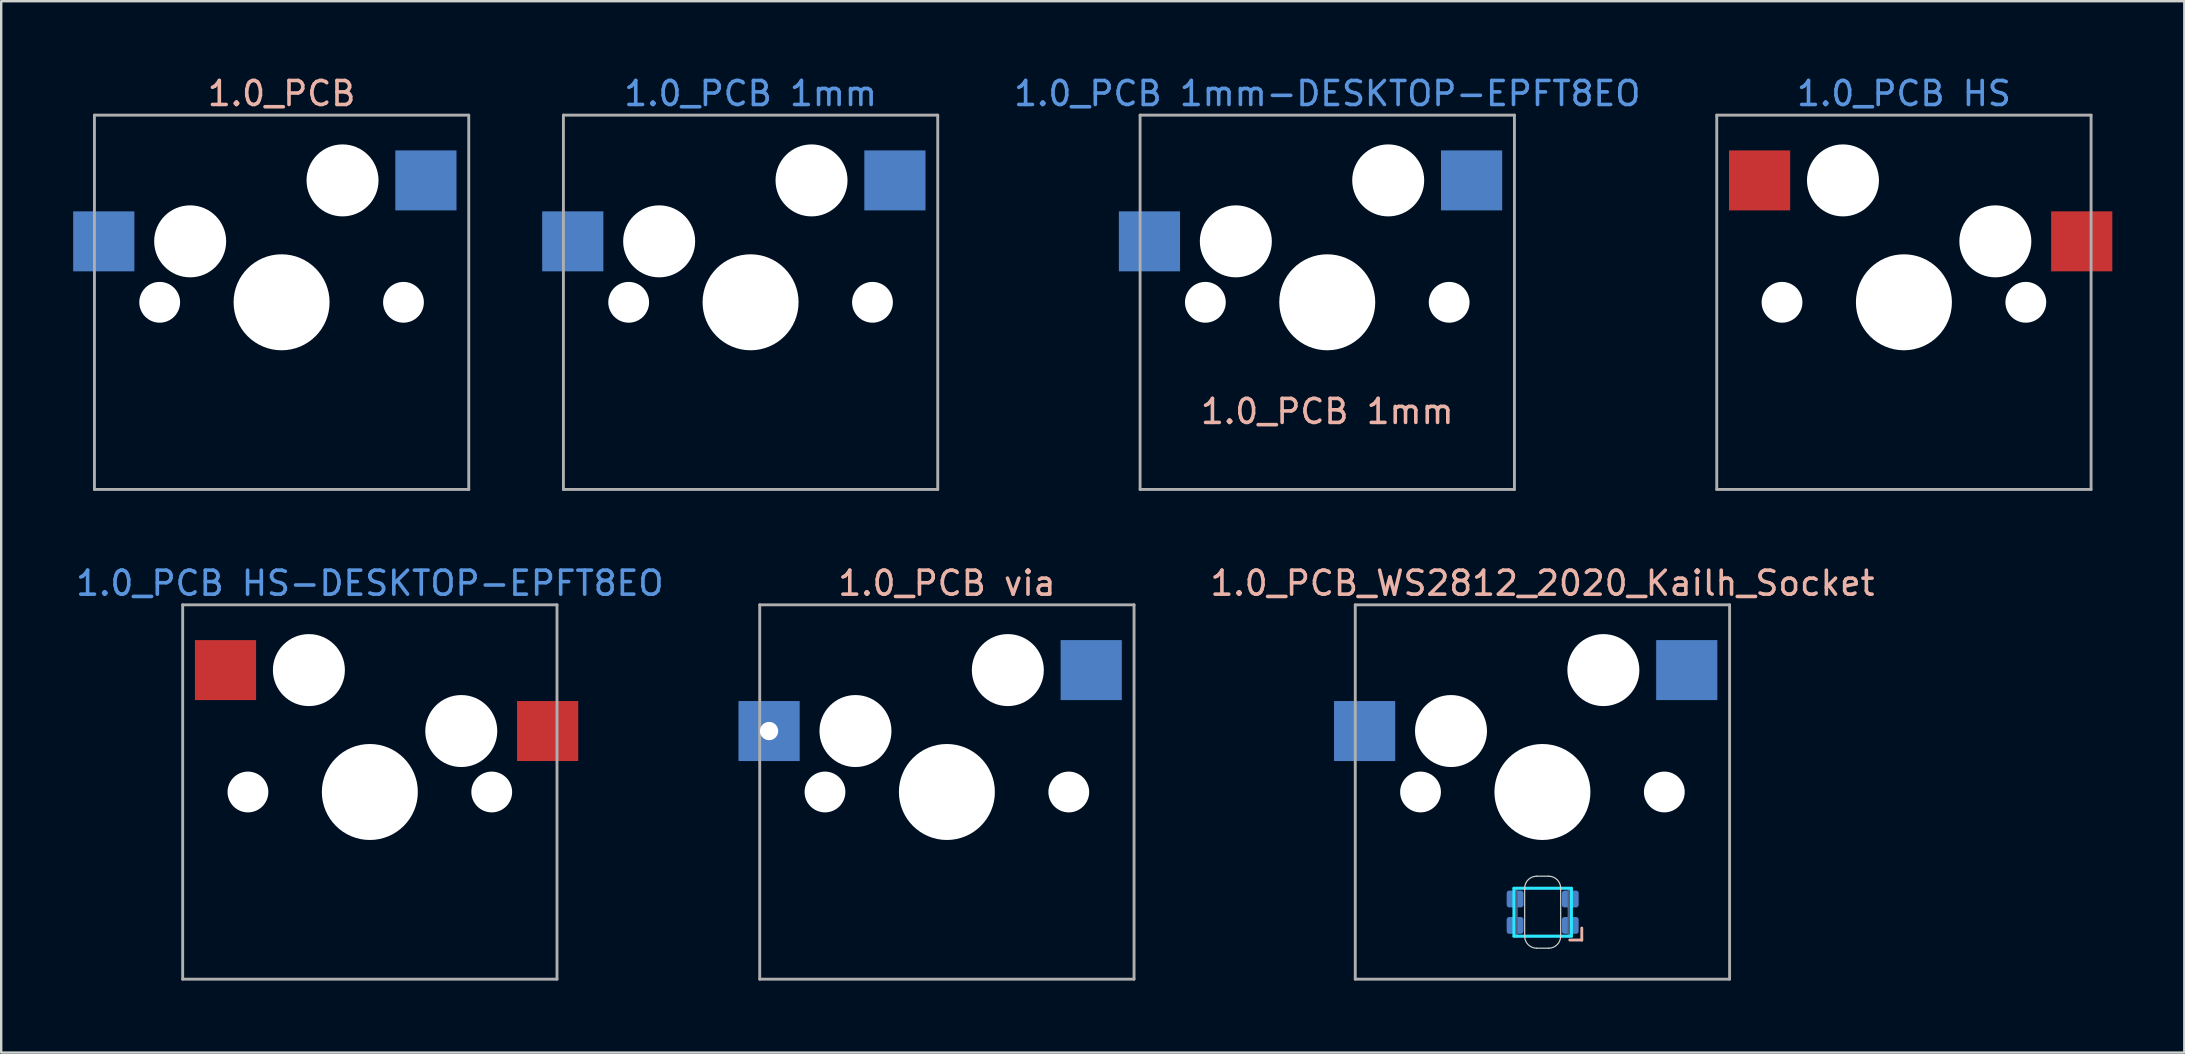
<source format=kicad_pcb>
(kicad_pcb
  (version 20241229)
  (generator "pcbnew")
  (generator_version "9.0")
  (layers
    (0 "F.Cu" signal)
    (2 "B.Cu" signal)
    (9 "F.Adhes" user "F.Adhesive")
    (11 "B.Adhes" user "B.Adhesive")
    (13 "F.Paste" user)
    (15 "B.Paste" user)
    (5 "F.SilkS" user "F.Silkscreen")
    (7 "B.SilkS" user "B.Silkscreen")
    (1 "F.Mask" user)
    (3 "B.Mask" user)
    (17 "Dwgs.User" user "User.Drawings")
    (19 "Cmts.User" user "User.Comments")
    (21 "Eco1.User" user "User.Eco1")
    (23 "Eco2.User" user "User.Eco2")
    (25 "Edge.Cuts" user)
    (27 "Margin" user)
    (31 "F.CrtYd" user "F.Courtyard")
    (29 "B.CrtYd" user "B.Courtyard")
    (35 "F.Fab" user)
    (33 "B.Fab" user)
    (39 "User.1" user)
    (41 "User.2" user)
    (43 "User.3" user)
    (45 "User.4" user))
  (footprint "1.0_PCB 1mm-DESKTOP-EPFT8EO"
    (layer "F.Cu")
    (at 52.263 9.548)
    (property "Reference" "1.0_PCB 1mm-DESKTOP-EPFT8EO" (at 0 -8.7 0) (layer "Cmts.User") (effects (font (size 1 1) (thickness 0.15))))
    (property "Value" "1.0_PCB 1mm" (at 0 9 0) (layer "F.Fab") (hide yes) (effects (font (size 1 1) (thickness 0.15))))
    (attr through_hole)
    (fp_line (start -7.8 -7.8) (end 7.8 -7.8) (stroke (width 0.12) (type solid)) (layer "F.Fab"))
    (fp_line (start -7.8 7.8) (end -7.8 -7.8) (stroke (width 0.12) (type solid)) (layer "F.Fab"))
    (fp_line (start 7.8 7.8) (end -7.8 7.8) (stroke (width 0.12) (type solid)) (layer "F.Fab"))
    (fp_line (start 7.8 7.8) (end 7.8 -7.8) (stroke (width 0.12) (type solid)) (layer "F.Fab"))
    (fp_text user "${VALUE}" (at 0 4.55 0) (unlocked yes) (layer "B.SilkS") (effects (font (size 1 1) (thickness 0.15))))
    (pad "" np_thru_hole circle (at -5.08 0) (size 1.7 1.7) (drill 1.7) (layers "*.Cu" "*.Mask"))
    (pad "" np_thru_hole circle (at -3.81 -2.54) (size 3 3) (drill 3) (layers "*.Cu" "*.Mask"))
    (pad "" np_thru_hole circle (at 0 0) (size 4 4) (drill 4) (layers "*.Cu" "*.Mask"))
    (pad "" np_thru_hole circle (at 2.54 -5.08) (size 3 3) (drill 3) (layers "*.Cu" "*.Mask"))
    (pad "" np_thru_hole circle (at 5.08 0) (size 1.7 1.7) (drill 1.7) (layers "*.Cu" "*.Mask"))
    (pad "1" smd rect (at -7.41 -2.54) (size 2.55 2.5) (layers "B.Cu" "B.Mask" "B.Paste"))
    (pad "2" smd rect (at 6.015 -5.08) (size 2.55 2.5) (layers "B.Cu" "B.Mask" "B.Paste")))
  (footprint "1.0_PCB"
    (layer "F.Cu")
    (at 8.685 9.548)
    (property "Reference" "1.0_PCB" (at 0 -8.7 0) (layer "B.SilkS") (effects (font (size 1 1) (thickness 0.15))))
    (attr through_hole)
    (fp_line (start -7.8 -7.8) (end 7.8 -7.8) (stroke (width 0.12) (type solid)) (layer "F.Fab"))
    (fp_line (start -7.8 7.8) (end -7.8 -7.8) (stroke (width 0.12) (type solid)) (layer "F.Fab"))
    (fp_line (start 7.8 7.8) (end -7.8 7.8) (stroke (width 0.12) (type solid)) (layer "F.Fab"))
    (fp_line (start 7.8 7.8) (end 7.8 -7.8) (stroke (width 0.12) (type solid)) (layer "F.Fab"))
    (pad "" np_thru_hole circle (at -5.08 0) (size 1.7 1.7) (drill 1.7) (layers "*.Cu" "*.Mask"))
    (pad "" np_thru_hole circle (at -3.81 -2.54) (size 3 3) (drill 3) (layers "*.Cu" "*.Mask"))
    (pad "" np_thru_hole circle (at 0 0) (size 4 4) (drill 4) (layers "*.Cu" "*.Mask"))
    (pad "" np_thru_hole circle (at 2.54 -5.08) (size 3 3) (drill 3) (layers "*.Cu" "*.Mask"))
    (pad "" np_thru_hole circle (at 5.08 0) (size 1.7 1.7) (drill 1.7) (layers "*.Cu" "*.Mask"))
    (pad "1" smd rect (at -7.41 -2.54) (size 2.55 2.5) (layers "B.Cu" "B.Mask" "B.Paste"))
    (pad "2" smd rect (at 6.015 -5.08) (size 2.55 2.5) (layers "B.Cu" "B.Mask" "B.Paste")))
  (footprint "1.0_PCB HS-DESKTOP-EPFT8EO"
    (layer "F.Cu")
    (at 12.363 29.956)
    (property "Reference" "1.0_PCB HS-DESKTOP-EPFT8EO" (at 0 -8.7 0) (layer "Cmts.User") (effects (font (size 1 1) (thickness 0.15))))
    (fp_line (start -7.8 -7.8) (end 7.8 -7.8) (stroke (width 0.12) (type solid)) (layer "F.Fab"))
    (fp_line (start -7.8 7.8) (end -7.8 -7.8) (stroke (width 0.12) (type solid)) (layer "F.Fab"))
    (fp_line (start 7.8 7.8) (end -7.8 7.8) (stroke (width 0.12) (type solid)) (layer "F.Fab"))
    (fp_line (start 7.8 7.8) (end 7.8 -7.8) (stroke (width 0.12) (type solid)) (layer "F.Fab"))
    (pad "" np_thru_hole circle (at -5.08 0) (size 1.7 1.7) (drill 1.7) (layers "*.Cu" "*.Mask"))
    (pad "" np_thru_hole circle (at -2.54 -5.08) (size 3 3) (drill 3) (layers "*.Cu" "*.Mask"))
    (pad "" np_thru_hole circle (at 0 0) (size 4 4) (drill 4) (layers "*.Cu" "*.Mask"))
    (pad "" np_thru_hole circle (at 3.81 -2.54) (size 3 3) (drill 3) (layers "*.Cu" "*.Mask"))
    (pad "" np_thru_hole circle (at 5.08 0) (size 1.7 1.7) (drill 1.7) (layers "*.Cu" "*.Mask"))
    (pad "1" smd rect (at 7.41 -2.54) (size 2.55 2.5) (layers "F.Cu" "F.Mask" "F.Paste"))
    (pad "2" smd rect (at -6.015 -5.08) (size 2.55 2.5) (layers "F.Cu" "F.Mask" "F.Paste")))
  (footprint "1.0_PCB 1mm"
    (layer "F.Cu")
    (at 28.23 9.548)
    (property "Reference" "1.0_PCB 1mm" (at 0 -8.7 0) (layer "Cmts.User") (effects (font (size 1 1) (thickness 0.15))))
    (fp_line (start -7.8 -7.8) (end 7.8 -7.8) (stroke (width 0.12) (type solid)) (layer "F.Fab"))
    (fp_line (start -7.8 7.8) (end -7.8 -7.8) (stroke (width 0.12) (type solid)) (layer "F.Fab"))
    (fp_line (start 7.8 7.8) (end -7.8 7.8) (stroke (width 0.12) (type solid)) (layer "F.Fab"))
    (fp_line (start 7.8 7.8) (end 7.8 -7.8) (stroke (width 0.12) (type solid)) (layer "F.Fab"))
    (pad "" np_thru_hole circle (at -5.08 0) (size 1.7 1.7) (drill 1.7) (layers "*.Cu" "*.Mask"))
    (pad "" np_thru_hole circle (at -3.81 -2.54) (size 3 3) (drill 3) (layers "*.Cu" "*.Mask"))
    (pad "" np_thru_hole circle (at 0 0) (size 4 4) (drill 4) (layers "*.Cu" "*.Mask"))
    (pad "" np_thru_hole circle (at 2.54 -5.08) (size 3 3) (drill 3) (layers "*.Cu" "*.Mask"))
    (pad "" np_thru_hole circle (at 5.08 0) (size 1.7 1.7) (drill 1.7) (layers "*.Cu" "*.Mask"))
    (pad "1" smd rect (at -7.41 -2.54) (size 2.55 2.5) (layers "B.Cu" "B.Mask" "B.Paste"))
    (pad "2" smd rect (at 6.015 -5.08) (size 2.55 2.5) (layers "B.Cu" "B.Mask" "B.Paste")))
  (footprint "1.0_PCB HS"
    (layer "F.Cu")
    (at 76.295 9.548)
    (property "Reference" "1.0_PCB HS" (at 0 -8.7 0) (layer "Cmts.User") (effects (font (size 1 1) (thickness 0.15))))
    (fp_line (start -7.8 -7.8) (end 7.8 -7.8) (stroke (width 0.12) (type solid)) (layer "F.Fab"))
    (fp_line (start -7.8 7.8) (end -7.8 -7.8) (stroke (width 0.12) (type solid)) (layer "F.Fab"))
    (fp_line (start 7.8 7.8) (end -7.8 7.8) (stroke (width 0.12) (type solid)) (layer "F.Fab"))
    (fp_line (start 7.8 7.8) (end 7.8 -7.8) (stroke (width 0.12) (type solid)) (layer "F.Fab"))
    (pad "" np_thru_hole circle (at -5.08 0) (size 1.7 1.7) (drill 1.7) (layers "*.Cu" "*.Mask"))
    (pad "" np_thru_hole circle (at -2.54 -5.08) (size 3 3) (drill 3) (layers "*.Cu" "*.Mask"))
    (pad "" np_thru_hole circle (at 0 0) (size 4 4) (drill 4) (layers "*.Cu" "*.Mask"))
    (pad "" np_thru_hole circle (at 3.81 -2.54) (size 3 3) (drill 3) (layers "*.Cu" "*.Mask"))
    (pad "" np_thru_hole circle (at 5.08 0) (size 1.7 1.7) (drill 1.7) (layers "*.Cu" "*.Mask"))
    (pad "1" smd rect (at 7.41 -2.54) (size 2.55 2.5) (layers "F.Cu" "F.Mask" "F.Paste"))
    (pad "2" smd rect (at -6.015 -5.08) (size 2.55 2.5) (layers "F.Cu" "F.Mask" "F.Paste")))
  (footprint "1.0_PCB_WS2812_2020_Kailh_Socket"
    (layer "F.Cu")
    (at 61.23 29.956)
    (property "Reference" "1.0_PCB_WS2812_2020_Kailh_Socket" (at 0 -8.7 0) (layer "B.SilkS") (effects (font (size 1 1) (thickness 0.15))))
    (attr through_hole)
    (fp_line (start 1.64 5.67) (end 1.64 6.17) (stroke (width 0.12) (type solid)) (layer "B.SilkS"))
    (fp_line (start 1.64 6.17) (end 1.14 6.17) (stroke (width 0.12) (type solid)) (layer "B.SilkS"))
    (fp_line (start -0.74 4.01) (end -0.74 6.01) (stroke (width 0.05) (type solid)) (layer "Edge.Cuts"))
    (fp_line (start -0.24 3.51) (end 0.26 3.51) (stroke (width 0.05) (type solid)) (layer "Edge.Cuts"))
    (fp_line (start 0.26 6.51) (end -0.24 6.51) (stroke (width 0.05) (type solid)) (layer "Edge.Cuts"))
    (fp_line (start 0.76 6.01) (end 0.76 4.01) (stroke (width 0.05) (type solid)) (layer "Edge.Cuts"))
    (fp_arc (start -0.739998 4.010001) (mid -0.593552 3.656448) (end -0.239999 3.510002) (stroke (width 0.05) (type solid)) (layer "Edge.Cuts"))
    (fp_arc (start -0.239999 6.510002) (mid -0.593552 6.363555) (end -0.739998 6.010001) (stroke (width 0.05) (type solid)) (layer "Edge.Cuts"))
    (fp_arc (start 0.260003 3.51) (mid 0.613556 3.656447) (end 0.760002 4.010001) (stroke (width 0.05) (type solid)) (layer "Edge.Cuts"))
    (fp_arc (start 0.760002 6.010001) (mid 0.613556 6.363554) (end 0.260003 6.51) (stroke (width 0.05) (type solid)) (layer "Edge.Cuts"))
    (fp_line (start -1.19 4.01) (end 1.21 4.01) (stroke (width 0.12) (type solid)) (layer "B.CrtYd"))
    (fp_line (start -1.19 6.01) (end -1.19 4.01) (stroke (width 0.12) (type solid)) (layer "B.CrtYd"))
    (fp_line (start 1.21 4.01) (end 1.21 6.01) (stroke (width 0.12) (type solid)) (layer "B.CrtYd"))
    (fp_line (start 1.21 6.01) (end -1.19 6.01) (stroke (width 0.12) (type solid)) (layer "B.CrtYd"))
    (fp_line (start -1.09 4.01) (end 1.11 4.01) (stroke (width 0.12) (type solid)) (layer "B.Fab"))
    (fp_line (start -1.09 6.01) (end -1.09 4.01) (stroke (width 0.12) (type solid)) (layer "B.Fab"))
    (fp_line (start 1.11 4.01) (end 1.11 6.01) (stroke (width 0.12) (type solid)) (layer "B.Fab"))
    (fp_line (start 1.11 6.01) (end -1.09 6.01) (stroke (width 0.12) (type solid)) (layer "B.Fab"))
    (fp_line (start -7.8 -7.8) (end 7.8 -7.8) (stroke (width 0.12) (type solid)) (layer "F.Fab"))
    (fp_line (start -7.8 7.8) (end -7.8 -7.8) (stroke (width 0.12) (type solid)) (layer "F.Fab"))
    (fp_line (start 7.8 7.8) (end -7.8 7.8) (stroke (width 0.12) (type solid)) (layer "F.Fab"))
    (fp_line (start 7.8 7.8) (end 7.8 -7.8) (stroke (width 0.12) (type solid)) (layer "F.Fab"))
    (pad "" np_thru_hole circle (at -5.08 0) (size 1.7 1.7) (drill 1.7) (layers "*.Cu" "*.Mask"))
    (pad "" np_thru_hole circle (at -3.81 -2.54) (size 3 3) (drill 3) (layers "*.Cu" "*.Mask"))
    (pad "" np_thru_hole circle (at 0 0) (size 4 4) (drill 4) (layers "*.Cu" "*.Mask"))
    (pad "" np_thru_hole circle (at 2.54 -5.08) (size 3 3) (drill 3) (layers "*.Cu" "*.Mask"))
    (pad "" np_thru_hole circle (at 5.08 0) (size 1.7 1.7) (drill 1.7) (layers "*.Cu" "*.Mask"))
    (pad "1" smd roundrect (at 1.16 5.56 180) (size 0.7 0.7) (layers "B.Cu" "B.Mask" "B.Paste") (roundrect_rratio 0.15))
    (pad "2" smd roundrect (at 1.16 4.46 180) (size 0.7 0.7) (layers "B.Cu" "B.Mask" "B.Paste") (roundrect_rratio 0.15))
    (pad "3" smd roundrect (at -1.14 4.46 180) (size 0.7 0.7) (layers "B.Cu" "B.Mask" "B.Paste") (roundrect_rratio 0.15))
    (pad "4" smd roundrect (at -1.14 5.56 180) (size 0.7 0.7) (layers "B.Cu" "B.Mask" "B.Paste") (roundrect_rratio 0.15))
    (pad "5" smd rect (at -7.41 -2.54) (size 2.55 2.5) (layers "B.Cu" "B.Mask" "B.Paste"))
    (pad "6" smd rect (at 6.015 -5.08) (size 2.55 2.5) (layers "B.Cu" "B.Mask" "B.Paste")))
  (footprint "1.0_PCB via"
    (layer "F.Cu")
    (at 36.411 29.956)
    (property "Reference" "1.0_PCB via" (at 0 -8.7 0) (layer "B.SilkS") (effects (font (size 1 1) (thickness 0.15))))
    (attr through_hole)
    (fp_line (start -7.8 -7.8) (end 7.8 -7.8) (stroke (width 0.12) (type solid)) (layer "F.Fab"))
    (fp_line (start -7.8 7.8) (end -7.8 -7.8) (stroke (width 0.12) (type solid)) (layer "F.Fab"))
    (fp_line (start 7.8 7.8) (end -7.8 7.8) (stroke (width 0.12) (type solid)) (layer "F.Fab"))
    (fp_line (start 7.8 7.8) (end 7.8 -7.8) (stroke (width 0.12) (type solid)) (layer "F.Fab"))
    (pad "" np_thru_hole circle (at -5.08 0) (size 1.7 1.7) (drill 1.7) (layers "*.Cu" "*.Mask"))
    (pad "" np_thru_hole circle (at -3.81 -2.54) (size 3 3) (drill 3) (layers "*.Cu" "*.Mask"))
    (pad "" np_thru_hole circle (at 0 0) (size 4 4) (drill 4) (layers "*.Cu" "*.Mask"))
    (pad "" np_thru_hole circle (at 2.54 -5.08) (size 3 3) (drill 3) (layers "*.Cu" "*.Mask"))
    (pad "" np_thru_hole circle (at 5.08 0) (size 1.7 1.7) (drill 1.7) (layers "*.Cu" "*.Mask"))
    (pad "1" thru_hole circle (at -7.41 -2.54) (size 1.524 1.524) (drill 0.762) (layers "*.Cu" "*.Mask"))
    (pad "1" smd rect (at -7.41 -2.54) (size 2.55 2.5) (layers "B.Cu" "B.Mask" "B.Paste"))
    (pad "2" smd rect (at 6.015 -5.08) (size 2.55 2.5) (layers "B.Cu" "B.Mask" "B.Paste")))
  (gr_rect
    (start -3 -3)
    (end 87.98 40.816)
    (stroke (width 0.1) (type default))
    (fill no)
    (layer "Edge.Cuts")))
</source>
